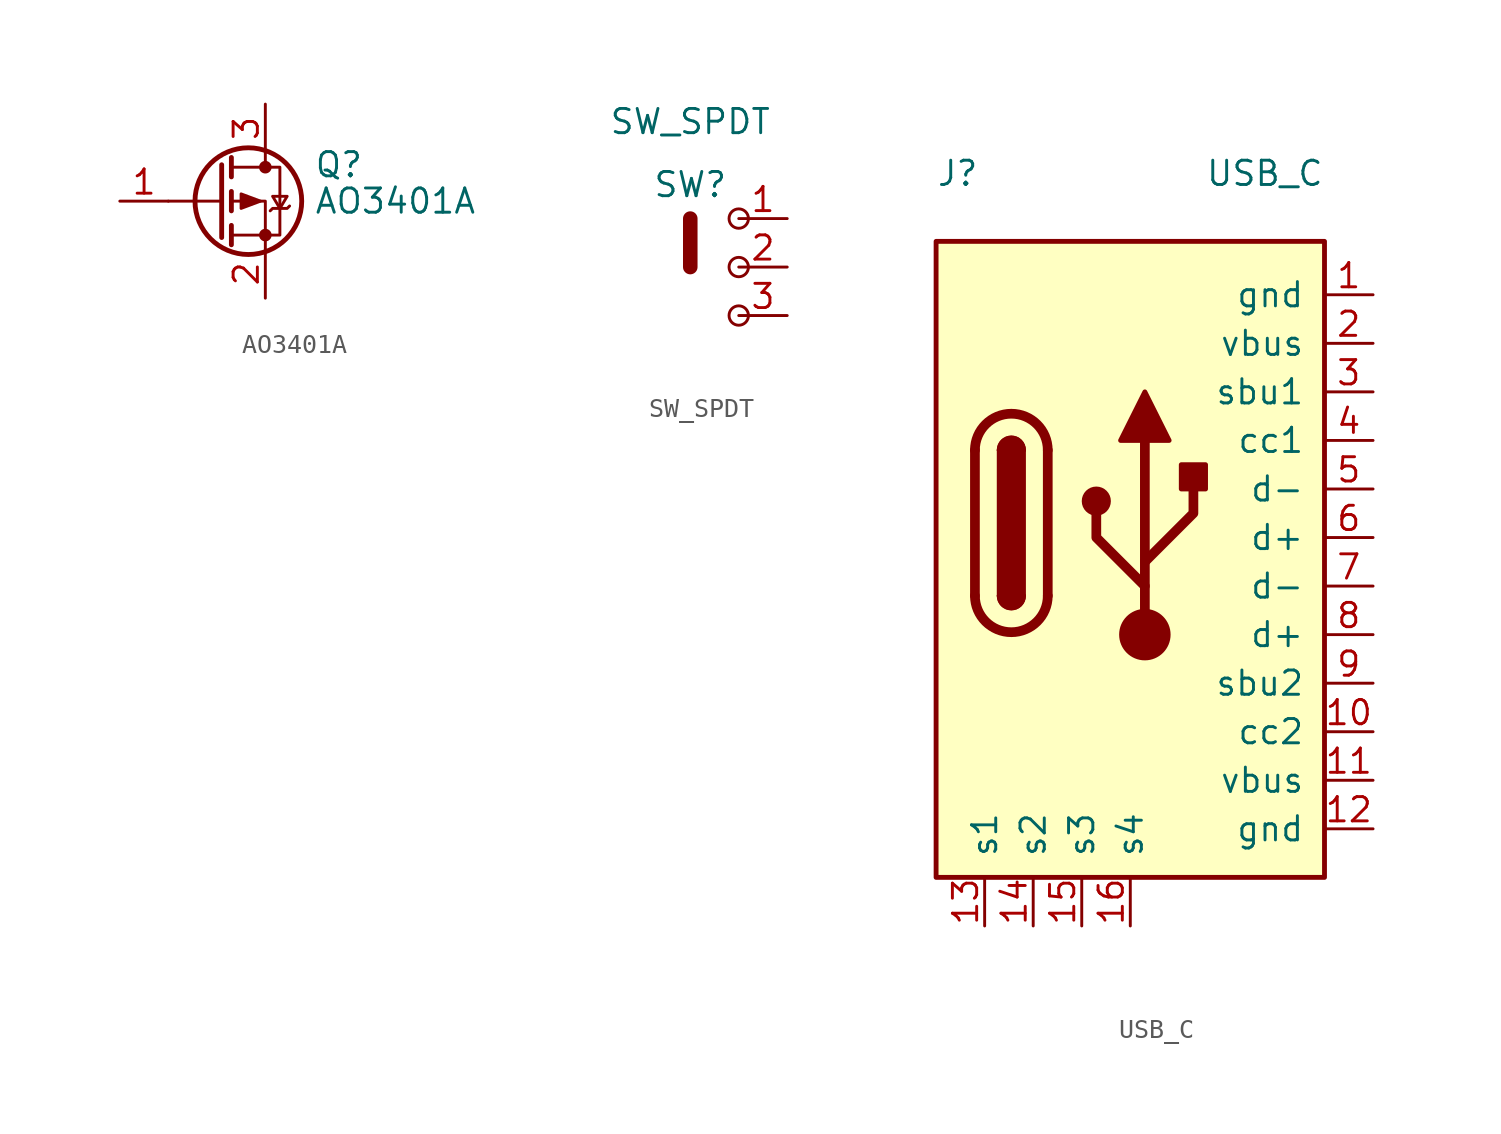
<source format=kicad_sym>
(kicad_symbol_lib
  (version 20211014)
  (generator kicad_symbol_editor)
  (symbol "AO3401A"
    (pin_names hide)
    (property "Reference" "Q"
      (at 5.08 1.905 0)
      (effects (font (size 1.27 1.27)) (justify left)))
    (property "Value" "AO3401A"
      (at 5.08 0 0)
      (effects (font (size 1.27 1.27)) (justify left)))
    (symbol "AO3401A_0_1"
      (polyline (pts (xy 0.254 0) (xy -2.54 0)) (stroke (width 0) (type default) (color 0 0 0 0)) (fill (type none)))
      (polyline (pts (xy 0.254 1.905) (xy 0.254 -1.905)) (stroke (width 0.254) (type default) (color 0 0 0 0)) (fill (type none)))
      (polyline (pts (xy 0.762 -1.27) (xy 0.762 -2.286)) (stroke (width 0.254) (type default) (color 0 0 0 0)) (fill (type none)))
      (polyline (pts (xy 0.762 0.508) (xy 0.762 -0.508)) (stroke (width 0.254) (type default) (color 0 0 0 0)) (fill (type none)))
      (polyline (pts (xy 0.762 2.286) (xy 0.762 1.27)) (stroke (width 0.254) (type default) (color 0 0 0 0)) (fill (type none)))
      (polyline (pts (xy 2.54 2.54) (xy 2.54 1.778)) (stroke (width 0) (type default) (color 0 0 0 0)) (fill (type none)))
      (polyline (pts (xy 2.54 -2.54) (xy 2.54 0) (xy 0.762 0)) (stroke (width 0) (type default) (color 0 0 0 0)) (fill (type none)))
      (polyline (pts (xy 0.762 1.778) (xy 3.302 1.778) (xy 3.302 -1.778) (xy 0.762 -1.778)) (stroke (width 0) (type default) (color 0 0 0 0)) (fill (type none)))
      (polyline (pts (xy 2.286 0) (xy 1.27 0.381) (xy 1.27 -0.381) (xy 2.286 0)) (stroke (width 0) (type default) (color 0 0 0 0)) (fill (type outline)))
      (polyline (pts (xy 2.794 -0.508) (xy 2.921 -0.381) (xy 3.683 -0.381) (xy 3.81 -0.254)) (stroke (width 0) (type default) (color 0 0 0 0)) (fill (type none)))
      (polyline (pts (xy 3.302 -0.381) (xy 2.921 0.254) (xy 3.683 0.254) (xy 3.302 -0.381)) (stroke (width 0) (type default) (color 0 0 0 0)) (fill (type none)))
      (circle (center 1.651 0) (radius 2.794) (stroke (width 0.254) (type default) (color 0 0 0 0)) (fill (type none)))
      (circle (center 2.54 -1.778) (radius 0.254) (stroke (width 0) (type default) (color 0 0 0 0)) (fill (type outline)))
      (circle (center 2.54 1.778) (radius 0.254) (stroke (width 0) (type default) (color 0 0 0 0)) (fill (type outline))))
    (symbol "AO3401A_1_1"
      (pin input line (at -5.08 0 0) (length 2.54) (name "G" (effects (font (size 1.27 1.27)))) (number "1" (effects (font (size 1.27 1.27)))))
      (pin passive line (at 2.54 -5.08 90) (length 2.54) (name "S" (effects (font (size 1.27 1.27)))) (number "2" (effects (font (size 1.27 1.27)))))
      (pin passive line (at 2.54 5.08 270) (length 2.54) (name "D" (effects (font (size 1.27 1.27)))) (number "3" (effects (font (size 1.27 1.27)))))))
  (symbol "SW_SPDT"
    (pin_names
      (offset 0) hide)
    (property "Reference" "SW"
      (at 0 4.318 0)
      (effects (font (size 1.27 1.27))))
    (property "Value" "SW_SPDT"
      (at 0 7.62 0)
      (effects (font (size 1.27 1.27))))
    (symbol "SW_SPDT_0_0"
      (circle (center 2.54 -2.54) (radius 0.508) (stroke (width 0) (type default) (color 0 0 0 0)) (fill (type none)))
      (circle (center 2.54 0) (radius 0.508) (stroke (width 0) (type default) (color 0 0 0 0)) (fill (type none))))
    (symbol "SW_SPDT_0_1"
      (polyline (pts (xy 0 0) (xy 0 2.54)) (stroke (width 0.762) (type default) (color 0 0 0 0)) (fill (type none)))
      (circle (center 2.54 2.54) (radius 0.508) (stroke (width 0) (type default) (color 0 0 0 0)) (fill (type none))))
    (symbol "SW_SPDT_1_1"
      (pin passive line (at 5.08 2.54 180) (length 2.54) (name "A" (effects (font (size 1.27 1.27)))) (number "1" (effects (font (size 1.27 1.27)))))
      (pin passive line (at 5.08 0 180) (length 2.54) (name "B" (effects (font (size 1.27 1.27)))) (number "2" (effects (font (size 1.27 1.27)))))
      (pin passive line (at 5.08 -2.54 180) (length 2.54) (name "C" (effects (font (size 1.27 1.27)))) (number "3" (effects (font (size 1.27 1.27)))))
      (pin no_connect line (at 5.08 5.08 180) (length 2.54) hide (name "nc" (effects (font (size 1.27 1.27)))) (number "4" (effects (font (size 1.27 1.27)))))
      (pin no_connect line (at 5.08 -5.08 180) (length 2.54) hide (name "nc" (effects (font (size 1.27 1.27)))) (number "5" (effects (font (size 1.27 1.27)))))))
  (symbol "USB_C"
    (pin_names
      (offset 1.016))
    (property "Reference" "J"
      (at -10.16 29.21 0)
      (effects (font (size 1.27 1.27)) (justify left)))
    (property "Value" "USB_C"
      (at 10.16 29.21 0)
      (effects (font (size 1.27 1.27)) (justify right)))
    (symbol "USB_C_0_1"
      (rectangle (start -10.16 25.654) (end 10.16 -7.62) (stroke (width 0.254) (type default) (color 0 0 0 0)) (fill (type background)))
      (arc (start -8.128 7.112) (mid -6.223 5.207) (end -4.318 7.112) (stroke (width 0.508) (type default) (color 0 0 0 0)) (fill (type none)))
      (arc (start -6.858 7.112) (mid -6.223 6.477) (end -5.588 7.112) (stroke (width 0.254) (type default) (color 0 0 0 0)) (fill (type none)))
      (arc (start -6.858 7.112) (mid -6.223 6.477) (end -5.588 7.112) (stroke (width 0.254) (type default) (color 0 0 0 0)) (fill (type outline)))
      (rectangle (start -6.858 7.112) (end -5.588 14.732) (stroke (width 0.254) (type default) (color 0 0 0 0)) (fill (type outline)))
      (arc (start -5.588 14.732) (mid -6.223 15.367) (end -6.858 14.732) (stroke (width 0.254) (type default) (color 0 0 0 0)) (fill (type none)))
      (arc (start -5.588 14.732) (mid -6.223 15.367) (end -6.858 14.732) (stroke (width 0.254) (type default) (color 0 0 0 0)) (fill (type outline)))
      (arc (start -4.318 14.732) (mid -6.223 16.637) (end -8.128 14.732) (stroke (width 0.508) (type default) (color 0 0 0 0)) (fill (type none)))
      (polyline (pts (xy -8.128 7.112) (xy -8.128 14.732)) (stroke (width 0.508) (type default) (color 0 0 0 0)) (fill (type none)))
      (polyline (pts (xy -4.318 14.732) (xy -4.318 7.112)) (stroke (width 0.508) (type default) (color 0 0 0 0)) (fill (type none))))
    (symbol "USB_C_1_1"
      (circle (center -1.778 12.065) (radius 0.635) (stroke (width 0.254) (type default) (color 0 0 0 0)) (fill (type outline)))
      (polyline (pts (xy 0.762 5.08) (xy 0.762 15.24)) (stroke (width 0.508) (type default) (color 0 0 0 0)) (fill (type none)))
      (polyline (pts (xy 0.762 7.62) (xy -1.778 10.16) (xy -1.778 11.43)) (stroke (width 0.508) (type default) (color 0 0 0 0)) (fill (type none)))
      (polyline (pts (xy 0.762 8.89) (xy 3.302 11.43) (xy 3.302 12.7)) (stroke (width 0.508) (type default) (color 0 0 0 0)) (fill (type none)))
      (polyline (pts (xy -0.508 15.24) (xy 0.762 17.78) (xy 2.032 15.24) (xy -0.508 15.24)) (stroke (width 0.254) (type default) (color 0 0 0 0)) (fill (type outline)))
      (circle (center 0.762 5.08) (radius 1.27) (stroke (width 0) (type default) (color 0 0 0 0)) (fill (type outline)))
      (rectangle (start 2.667 12.7) (end 3.937 13.97) (stroke (width 0.254) (type default) (color 0 0 0 0)) (fill (type outline)))
      (pin input line (at 12.7 22.86 180) (length 2.54) (name "gnd" (effects (font (size 1.27 1.27)))) (number "1" (effects (font (size 1.27 1.27)))))
      (pin input line (at 12.7 0 180) (length 2.54) (name "cc2" (effects (font (size 1.27 1.27)))) (number "10" (effects (font (size 1.27 1.27)))))
      (pin input line (at 12.7 -2.54 180) (length 2.54) (name "vbus" (effects (font (size 1.27 1.27)))) (number "11" (effects (font (size 1.27 1.27)))))
      (pin input line (at 12.7 -5.08 180) (length 2.54) (name "gnd" (effects (font (size 1.27 1.27)))) (number "12" (effects (font (size 1.27 1.27)))))
      (pin input line (at -7.62 -10.16 90) (length 2.54) (name "s1" (effects (font (size 1.27 1.27)))) (number "13" (effects (font (size 1.27 1.27)))))
      (pin input line (at -5.08 -10.16 90) (length 2.54) (name "s2" (effects (font (size 1.27 1.27)))) (number "14" (effects (font (size 1.27 1.27)))))
      (pin input line (at -2.54 -10.16 90) (length 2.54) (name "s3" (effects (font (size 1.27 1.27)))) (number "15" (effects (font (size 1.27 1.27)))))
      (pin input line (at 0 -10.16 90) (length 2.54) (name "s4" (effects (font (size 1.27 1.27)))) (number "16" (effects (font (size 1.27 1.27)))))
      (pin input line (at 12.7 20.32 180) (length 2.54) (name "vbus" (effects (font (size 1.27 1.27)))) (number "2" (effects (font (size 1.27 1.27)))))
      (pin input line (at 12.7 17.78 180) (length 2.54) (name "sbu1" (effects (font (size 1.27 1.27)))) (number "3" (effects (font (size 1.27 1.27)))))
      (pin input line (at 12.7 15.24 180) (length 2.54) (name "cc1" (effects (font (size 1.27 1.27)))) (number "4" (effects (font (size 1.27 1.27)))))
      (pin input line (at 12.7 12.7 180) (length 2.54) (name "d-" (effects (font (size 1.27 1.27)))) (number "5" (effects (font (size 1.27 1.27)))))
      (pin input line (at 12.7 10.16 180) (length 2.54) (name "d+" (effects (font (size 1.27 1.27)))) (number "6" (effects (font (size 1.27 1.27)))))
      (pin input line (at 12.7 7.62 180) (length 2.54) (name "d-" (effects (font (size 1.27 1.27)))) (number "7" (effects (font (size 1.27 1.27)))))
      (pin input line (at 12.7 5.08 180) (length 2.54) (name "d+" (effects (font (size 1.27 1.27)))) (number "8" (effects (font (size 1.27 1.27)))))
      (pin input line (at 12.7 2.54 180) (length 2.54) (name "sbu2" (effects (font (size 1.27 1.27)))) (number "9" (effects (font (size 1.27 1.27))))))))
</source>
